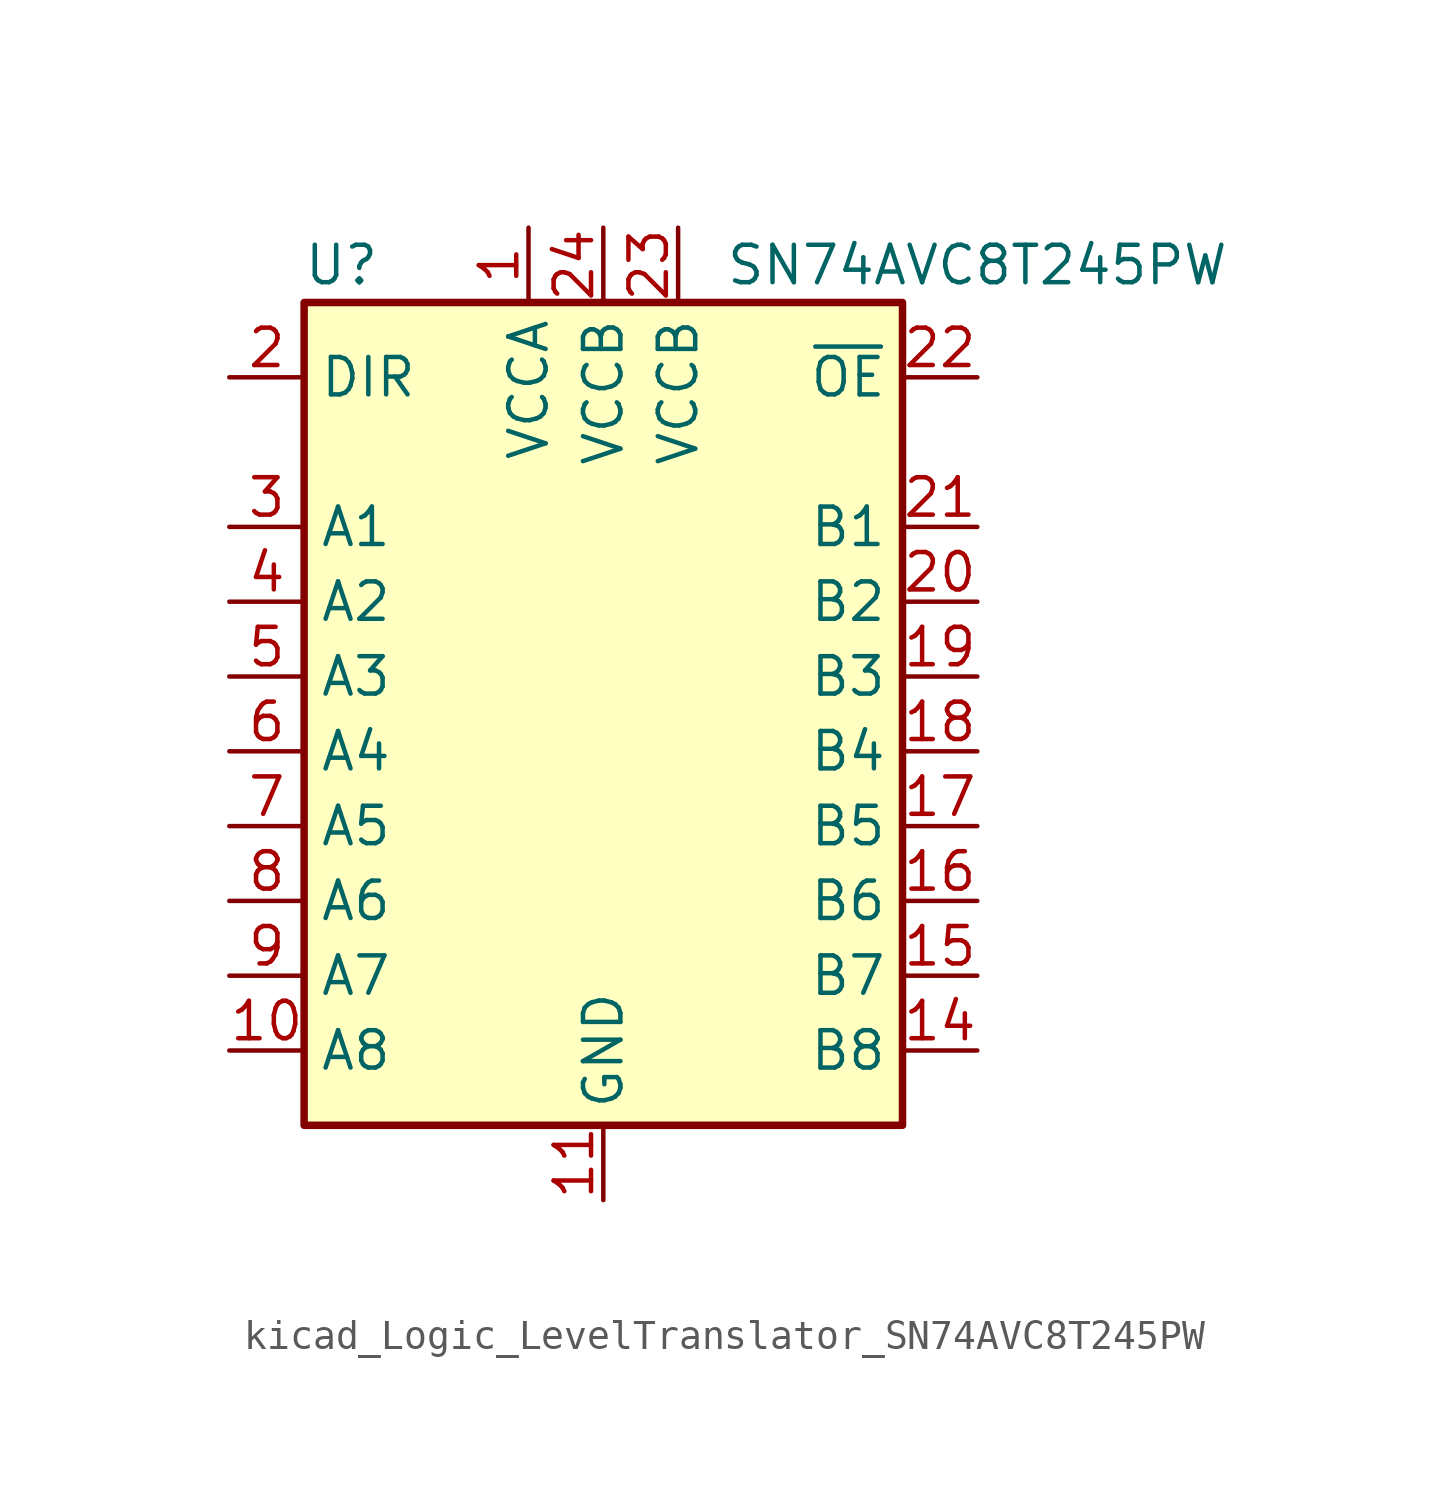
<source format=kicad_sym>
(kicad_symbol_lib
  (version 20220914)
  (generator kicad_symbol_editor)
  (symbol "kicad_Logic_LevelTranslator_SN74AVC8T245PW"
    (property "Reference" "U"
      (at -8.89 13.97 0)
      (effects (font (size 1.27 1.27))))
    (property "Value" "SN74AVC8T245PW"
      (at 12.7 13.97 0)
      (effects (font (size 1.27 1.27))))
    (symbol "kicad_Logic_LevelTranslator_SN74AVC8T245PW_0_1"
      (rectangle (start -10.16 12.7) (end 10.16 -15.24) (stroke (width 0.254) (type default)) (fill (type background))))
    (symbol "kicad_Logic_LevelTranslator_SN74AVC8T245PW_1_1"
      (pin power_in line (at -2.54 15.24 270) (length 2.54) (name "VCCA" (effects (font (size 1.27 1.27)))) (number "1" (effects (font (size 1.27 1.27)))))
      (pin bidirectional line (at -12.7 -12.7 0) (length 2.54) (name "A8" (effects (font (size 1.27 1.27)))) (number "10" (effects (font (size 1.27 1.27)))))
      (pin power_in line (at 0 -17.78 90) (length 2.54) (name "GND" (effects (font (size 1.27 1.27)))) (number "11" (effects (font (size 1.27 1.27)))))
      (pin passive line (at 0 -17.78 90) (length 2.54) hide (name "GND" (effects (font (size 1.27 1.27)))) (number "12" (effects (font (size 1.27 1.27)))))
      (pin passive line (at 0 -17.78 90) (length 2.54) hide (name "GND" (effects (font (size 1.27 1.27)))) (number "13" (effects (font (size 1.27 1.27)))))
      (pin bidirectional line (at 12.7 -12.7 180) (length 2.54) (name "B8" (effects (font (size 1.27 1.27)))) (number "14" (effects (font (size 1.27 1.27)))))
      (pin bidirectional line (at 12.7 -10.16 180) (length 2.54) (name "B7" (effects (font (size 1.27 1.27)))) (number "15" (effects (font (size 1.27 1.27)))))
      (pin bidirectional line (at 12.7 -7.62 180) (length 2.54) (name "B6" (effects (font (size 1.27 1.27)))) (number "16" (effects (font (size 1.27 1.27)))))
      (pin bidirectional line (at 12.7 -5.08 180) (length 2.54) (name "B5" (effects (font (size 1.27 1.27)))) (number "17" (effects (font (size 1.27 1.27)))))
      (pin bidirectional line (at 12.7 -2.54 180) (length 2.54) (name "B4" (effects (font (size 1.27 1.27)))) (number "18" (effects (font (size 1.27 1.27)))))
      (pin bidirectional line (at 12.7 0 180) (length 2.54) (name "B3" (effects (font (size 1.27 1.27)))) (number "19" (effects (font (size 1.27 1.27)))))
      (pin input line (at -12.7 10.16 0) (length 2.54) (name "DIR" (effects (font (size 1.27 1.27)))) (number "2" (effects (font (size 1.27 1.27)))))
      (pin bidirectional line (at 12.7 2.54 180) (length 2.54) (name "B2" (effects (font (size 1.27 1.27)))) (number "20" (effects (font (size 1.27 1.27)))))
      (pin bidirectional line (at 12.7 5.08 180) (length 2.54) (name "B1" (effects (font (size 1.27 1.27)))) (number "21" (effects (font (size 1.27 1.27)))))
      (pin input line (at 12.7 10.16 180) (length 2.54) (name "~{OE}" (effects (font (size 1.27 1.27)))) (number "22" (effects (font (size 1.27 1.27)))))
      (pin power_in line (at 2.54 15.24 270) (length 2.54) (name "VCCB" (effects (font (size 1.27 1.27)))) (number "23" (effects (font (size 1.27 1.27)))))
      (pin power_in line (at 0 15.24 270) (length 2.54) (name "VCCB" (effects (font (size 1.27 1.27)))) (number "24" (effects (font (size 1.27 1.27)))))
      (pin bidirectional line (at -12.7 5.08 0) (length 2.54) (name "A1" (effects (font (size 1.27 1.27)))) (number "3" (effects (font (size 1.27 1.27)))))
      (pin bidirectional line (at -12.7 2.54 0) (length 2.54) (name "A2" (effects (font (size 1.27 1.27)))) (number "4" (effects (font (size 1.27 1.27)))))
      (pin bidirectional line (at -12.7 0 0) (length 2.54) (name "A3" (effects (font (size 1.27 1.27)))) (number "5" (effects (font (size 1.27 1.27)))))
      (pin bidirectional line (at -12.7 -2.54 0) (length 2.54) (name "A4" (effects (font (size 1.27 1.27)))) (number "6" (effects (font (size 1.27 1.27)))))
      (pin bidirectional line (at -12.7 -5.08 0) (length 2.54) (name "A5" (effects (font (size 1.27 1.27)))) (number "7" (effects (font (size 1.27 1.27)))))
      (pin bidirectional line (at -12.7 -7.62 0) (length 2.54) (name "A6" (effects (font (size 1.27 1.27)))) (number "8" (effects (font (size 1.27 1.27)))))
      (pin bidirectional line (at -12.7 -10.16 0) (length 2.54) (name "A7" (effects (font (size 1.27 1.27)))) (number "9" (effects (font (size 1.27 1.27))))))))
</source>
